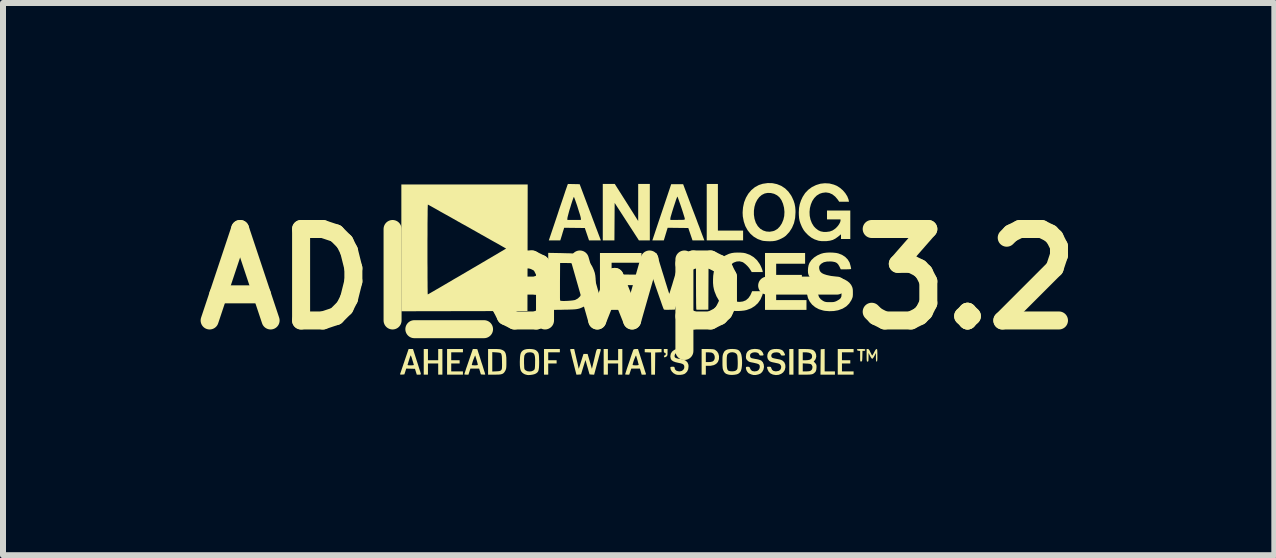
<source format=kicad_pcb>
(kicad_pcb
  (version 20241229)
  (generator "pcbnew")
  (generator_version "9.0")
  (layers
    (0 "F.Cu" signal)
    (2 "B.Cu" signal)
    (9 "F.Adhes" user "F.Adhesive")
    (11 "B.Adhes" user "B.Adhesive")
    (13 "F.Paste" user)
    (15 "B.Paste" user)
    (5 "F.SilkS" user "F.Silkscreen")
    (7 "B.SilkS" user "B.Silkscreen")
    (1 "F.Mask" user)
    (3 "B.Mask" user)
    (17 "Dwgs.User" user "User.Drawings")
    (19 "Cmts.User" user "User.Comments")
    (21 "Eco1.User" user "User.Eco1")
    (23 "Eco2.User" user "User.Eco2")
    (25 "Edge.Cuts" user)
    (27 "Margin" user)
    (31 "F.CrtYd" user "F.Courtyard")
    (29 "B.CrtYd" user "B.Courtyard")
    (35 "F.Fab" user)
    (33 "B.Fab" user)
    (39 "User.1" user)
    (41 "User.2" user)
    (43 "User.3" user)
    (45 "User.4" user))
  (footprint "ADI_awp-3.2"
    (layer "F.Cu")
    (at 7.591 1.6)
    (property "Reference" "ADI_awp-3.2" (at 0 0 0) (layer "F.SilkS") (effects (font (size 1.524 1.524) (thickness 0.3))))
    (attr board_only exclude_from_pos_files exclude_from_bom)
    (fp_poly (pts (xy 2.579 1.592) (xy 2.509 1.592) (xy 2.509 1.165) (xy 2.579 1.165)) (stroke (width 0) (type solid)) (fill yes) (layer "F.SilkS"))
    (fp_poly (pts (xy 1.32 -0.808) (xy 1.74 -0.808) (xy 1.74 -0.645) (xy 1.134 -0.645) (xy 1.134 -1.585) (xy 1.32 -1.585)) (stroke (width 0) (type solid)) (fill yes) (layer "F.SilkS"))
    (fp_poly (pts (xy 3.099 1.538) (xy 3.27 1.538) (xy 3.27 1.592) (xy 3.029 1.592) (xy 3.031 1.381) (xy 3.033 1.169) (xy 3.066 1.167) (xy 3.099 1.164)) (stroke (width 0) (type solid)) (fill yes) (layer "F.SilkS"))
    (fp_poly (pts (xy -1.313 1.22) (xy -1.507 1.22) (xy -1.507 1.352) (xy -1.367 1.352) (xy -1.367 1.406) (xy -1.507 1.406) (xy -1.507 1.592) (xy -1.577 1.592) (xy -1.577 1.165) (xy -1.313 1.165)) (stroke (width 0) (type solid)) (fill yes) (layer "F.SilkS"))
    (fp_poly (pts (xy -3.511 1.352) (xy -3.34 1.352) (xy -3.34 1.165) (xy -3.27 1.165) (xy -3.27 1.592) (xy -3.34 1.592) (xy -3.34 1.406) (xy -3.511 1.406) (xy -3.511 1.592) (xy -3.581 1.592) (xy -3.581 1.165) (xy -3.511 1.165)) (stroke (width 0) (type solid)) (fill yes) (layer "F.SilkS"))
    (fp_poly (pts (xy -2.928 1.22) (xy -3.123 1.22) (xy -3.123 1.352) (xy -2.983 1.352) (xy -2.983 1.406) (xy -3.123 1.406) (xy -3.123 1.538) (xy -2.928 1.538) (xy -2.928 1.592) (xy -3.192 1.592) (xy -3.192 1.165) (xy -2.928 1.165)) (stroke (width 0) (type solid)) (fill yes) (layer "F.SilkS"))
    (fp_poly (pts (xy -0.513 1.352) (xy -0.342 1.352) (xy -0.342 1.165) (xy -0.272 1.165) (xy -0.272 1.592) (xy -0.342 1.592) (xy -0.342 1.406) (xy -0.513 1.406) (xy -0.513 1.592) (xy -0.583 1.592) (xy -0.583 1.165) (xy -0.513 1.165)) (stroke (width 0) (type solid)) (fill yes) (layer "F.SilkS"))
    (fp_poly (pts (xy 0.381 1.219) (xy 0.328 1.221) (xy 0.276 1.223) (xy 0.274 1.408) (xy 0.272 1.592) (xy 0.21 1.592) (xy 0.208 1.408) (xy 0.206 1.223) (xy 0.153 1.221) (xy 0.101 1.219) (xy 0.101 1.165) (xy 0.381 1.165)) (stroke (width 0) (type solid)) (fill yes) (layer "F.SilkS"))
    (fp_poly (pts (xy 2.773 -0.256) (xy 2.291 -0.256) (xy 2.291 -0.07) (xy 2.719 -0.07) (xy 2.719 0.101) (xy 2.291 0.101) (xy 2.291 0.35) (xy 2.796 0.35) (xy 2.796 0.513) (xy 2.105 0.513) (xy 2.105 -0.435) (xy 2.773 -0.435)) (stroke (width 0) (type solid)) (fill yes) (layer "F.SilkS"))
    (fp_poly (pts (xy 3.581 1.22) (xy 3.387 1.22) (xy 3.387 1.352) (xy 3.526 1.352) (xy 3.526 1.406) (xy 3.387 1.406) (xy 3.387 1.538) (xy 3.581 1.538) (xy 3.581 1.592) (xy 3.317 1.592) (xy 3.317 1.165) (xy 3.581 1.165)) (stroke (width 0) (type solid)) (fill yes) (layer "F.SilkS"))
    (fp_poly (pts (xy -0.203 -1.277) (xy -0.008 -0.968) (xy -0.008 -1.585) (xy 0.186 -1.585) (xy 0.186 -0.645) (xy 0.095 -0.645) (xy 0.004 -0.645) (xy -0.198 -0.957) (xy -0.4 -1.269) (xy -0.404 -0.645) (xy -0.598 -0.645) (xy -0.598 -1.585) (xy -0.398 -1.585)) (stroke (width 0) (type solid)) (fill yes) (layer "F.SilkS"))
    (fp_poly (pts (xy 0.047 -0.272) (xy -0.451 -0.272) (xy -0.451 -0.078) (xy -0.012 -0.074) (xy -0.009 0.014) (xy -0.007 0.101) (xy -0.451 0.101) (xy -0.451 0.35) (xy 0.062 0.35) (xy 0.062 0.513) (xy -0.645 0.513) (xy -0.645 -0.435) (xy 0.047 -0.435)) (stroke (width 0) (type solid)) (fill yes) (layer "F.SilkS"))
    (fp_poly (pts (xy 1.163 0.041) (xy 1.161 0.509) (xy 1.064 0.511) (xy 1.026 0.511) (xy 0.995 0.511) (xy 0.972 0.51) (xy 0.961 0.508) (xy 0.961 0.508) (xy 0.96 0.499) (xy 0.959 0.476) (xy 0.958 0.441) (xy 0.957 0.394) (xy 0.957 0.337) (xy 0.956 0.271) (xy 0.956 0.198) (xy 0.955 0.119) (xy 0.955 0.038) (xy 0.955 -0.427) (xy 1.165 -0.427)) (stroke (width 0) (type solid)) (fill yes) (layer "F.SilkS"))
    (fp_poly (pts (xy 0.481 1.218) (xy 0.481 1.25) (xy 0.478 1.27) (xy 0.471 1.283) (xy 0.459 1.293) (xy 0.453 1.296) (xy 0.437 1.304) (xy 0.429 1.303) (xy 0.424 1.293) (xy 0.424 1.293) (xy 0.42 1.28) (xy 0.425 1.274) (xy 0.435 1.272) (xy 0.448 1.262) (xy 0.451 1.247) (xy 0.447 1.232) (xy 0.435 1.227) (xy 0.435 1.227) (xy 0.425 1.225) (xy 0.42 1.214) (xy 0.419 1.196) (xy 0.419 1.165) (xy 0.482 1.165)) (stroke (width 0) (type solid)) (fill yes) (layer "F.SilkS"))
    (fp_poly (pts (xy 3.738 1.165) (xy 3.759 1.167) (xy 3.77 1.169) (xy 3.774 1.174) (xy 3.775 1.181) (xy 3.771 1.192) (xy 3.758 1.196) (xy 3.752 1.196) (xy 3.729 1.196) (xy 3.727 1.284) (xy 3.726 1.321) (xy 3.724 1.347) (xy 3.722 1.362) (xy 3.718 1.369) (xy 3.712 1.373) (xy 3.707 1.373) (xy 3.7 1.374) (xy 3.695 1.371) (xy 3.692 1.363) (xy 3.69 1.346) (xy 3.69 1.318) (xy 3.69 1.287) (xy 3.69 1.197) (xy 3.664 1.195) (xy 3.644 1.189) (xy 3.637 1.179) (xy 3.637 1.172) (xy 3.643 1.168) (xy 3.657 1.166) (xy 3.682 1.165) (xy 3.705 1.165)) (stroke (width 0) (type solid)) (fill yes) (layer "F.SilkS"))
    (fp_poly (pts (xy 1.192 1.166) (xy 1.223 1.167) (xy 1.246 1.17) (xy 1.263 1.174) (xy 1.274 1.18) (xy 1.306 1.205) (xy 1.328 1.24) (xy 1.339 1.283) (xy 1.338 1.329) (xy 1.336 1.339) (xy 1.32 1.381) (xy 1.292 1.412) (xy 1.253 1.433) (xy 1.202 1.444) (xy 1.175 1.445) (xy 1.119 1.445) (xy 1.119 1.592) (xy 1.049 1.592) (xy 1.049 1.22) (xy 1.119 1.22) (xy 1.119 1.383) (xy 1.166 1.383) (xy 1.196 1.381) (xy 1.223 1.375) (xy 1.235 1.371) (xy 1.255 1.353) (xy 1.266 1.327) (xy 1.268 1.297) (xy 1.261 1.268) (xy 1.246 1.243) (xy 1.223 1.228) (xy 1.219 1.226) (xy 1.2 1.223) (xy 1.174 1.221) (xy 1.159 1.22) (xy 1.119 1.22) (xy 1.049 1.22) (xy 1.049 1.165) (xy 1.148 1.165)) (stroke (width 0) (type solid)) (fill yes) (layer "F.SilkS"))
    (fp_poly (pts (xy -2.363 1.165) (xy -2.331 1.167) (xy -2.308 1.169) (xy -2.29 1.174) (xy -2.274 1.18) (xy -2.27 1.182) (xy -2.247 1.195) (xy -2.23 1.212) (xy -2.218 1.235) (xy -2.21 1.266) (xy -2.205 1.307) (xy -2.204 1.361) (xy -2.204 1.38) (xy -2.204 1.424) (xy -2.205 1.457) (xy -2.207 1.48) (xy -2.21 1.498) (xy -2.216 1.513) (xy -2.222 1.527) (xy -2.236 1.55) (xy -2.251 1.567) (xy -2.27 1.579) (xy -2.295 1.587) (xy -2.33 1.591) (xy -2.377 1.592) (xy -2.402 1.592) (xy -2.509 1.592) (xy -2.509 1.217) (xy -2.439 1.217) (xy -2.439 1.54) (xy -2.372 1.537) (xy -2.339 1.535) (xy -2.318 1.532) (xy -2.304 1.527) (xy -2.294 1.52) (xy -2.29 1.515) (xy -2.284 1.507) (xy -2.28 1.497) (xy -2.278 1.482) (xy -2.277 1.461) (xy -2.276 1.43) (xy -2.277 1.387) (xy -2.277 1.374) (xy -2.278 1.323) (xy -2.28 1.285) (xy -2.285 1.259) (xy -2.292 1.241) (xy -2.304 1.231) (xy -2.323 1.226) (xy -2.349 1.223) (xy -2.372 1.221) (xy -2.439 1.217) (xy -2.509 1.217) (xy -2.509 1.165) (xy -2.407 1.165)) (stroke (width 0) (type solid)) (fill yes) (layer "F.SilkS"))
    (fp_poly (pts (xy 3.828 1.167) (xy 3.838 1.176) (xy 3.849 1.194) (xy 3.861 1.22) (xy 3.874 1.245) (xy 3.884 1.264) (xy 3.891 1.274) (xy 3.891 1.274) (xy 3.897 1.267) (xy 3.907 1.25) (xy 3.92 1.226) (xy 3.923 1.22) (xy 3.94 1.188) (xy 3.953 1.17) (xy 3.963 1.165) (xy 3.969 1.166) (xy 3.973 1.172) (xy 3.975 1.183) (xy 3.976 1.204) (xy 3.977 1.235) (xy 3.977 1.27) (xy 3.977 1.313) (xy 3.976 1.343) (xy 3.974 1.361) (xy 3.971 1.371) (xy 3.967 1.375) (xy 3.965 1.375) (xy 3.96 1.372) (xy 3.956 1.362) (xy 3.954 1.342) (xy 3.953 1.31) (xy 3.953 1.303) (xy 3.953 1.231) (xy 3.928 1.28) (xy 3.913 1.306) (xy 3.9 1.323) (xy 3.892 1.328) (xy 3.882 1.322) (xy 3.868 1.303) (xy 3.855 1.28) (xy 3.83 1.231) (xy 3.83 1.303) (xy 3.829 1.337) (xy 3.828 1.358) (xy 3.825 1.369) (xy 3.82 1.374) (xy 3.814 1.375) (xy 3.808 1.374) (xy 3.803 1.37) (xy 3.801 1.36) (xy 3.799 1.342) (xy 3.798 1.314) (xy 3.798 1.272) (xy 3.798 1.165) (xy 3.817 1.165)) (stroke (width 0) (type solid)) (fill yes) (layer "F.SilkS"))
    (fp_poly (pts (xy -3.701 1.35) (xy -3.684 1.402) (xy -3.669 1.45) (xy -3.656 1.492) (xy -3.645 1.525) (xy -3.637 1.548) (xy -3.635 1.557) (xy -3.629 1.578) (xy -3.631 1.588) (xy -3.644 1.592) (xy -3.662 1.592) (xy -3.697 1.592) (xy -3.712 1.544) (xy -3.727 1.495) (xy -3.8 1.493) (xy -3.873 1.491) (xy -3.888 1.54) (xy -3.904 1.588) (xy -3.942 1.591) (xy -3.965 1.591) (xy -3.975 1.588) (xy -3.975 1.583) (xy -3.972 1.573) (xy -3.964 1.551) (xy -3.953 1.518) (xy -3.939 1.476) (xy -3.922 1.427) (xy -3.922 1.425) (xy -3.85 1.425) (xy -3.85 1.432) (xy -3.842 1.435) (xy -3.823 1.437) (xy -3.798 1.437) (xy -3.768 1.436) (xy -3.751 1.434) (xy -3.746 1.429) (xy -3.746 1.427) (xy -3.75 1.416) (xy -3.756 1.394) (xy -3.765 1.364) (xy -3.772 1.342) (xy -3.781 1.311) (xy -3.79 1.287) (xy -3.796 1.274) (xy -3.799 1.272) (xy -3.804 1.282) (xy -3.811 1.302) (xy -3.82 1.331) (xy -3.825 1.346) (xy -3.835 1.377) (xy -3.843 1.404) (xy -3.849 1.422) (xy -3.85 1.425) (xy -3.922 1.425) (xy -3.904 1.374) (xy -3.903 1.369) (xy -3.833 1.165) (xy -3.76 1.165)) (stroke (width 0) (type solid)) (fill yes) (layer "F.SilkS"))
    (fp_poly (pts (xy -0.672 1.165) (xy -0.663 1.165) (xy -0.641 1.166) (xy -0.632 1.169) (xy -0.631 1.177) (xy -0.632 1.183) (xy -0.635 1.195) (xy -0.641 1.219) (xy -0.651 1.255) (xy -0.663 1.299) (xy -0.676 1.349) (xy -0.689 1.396) (xy -0.742 1.593) (xy -0.78 1.591) (xy -0.818 1.588) (xy -0.837 1.522) (xy -0.848 1.483) (xy -0.86 1.442) (xy -0.87 1.406) (xy -0.871 1.402) (xy -0.887 1.348) (xy -0.924 1.468) (xy -0.96 1.588) (xy -0.999 1.591) (xy -1.037 1.593) (xy -1.09 1.385) (xy -1.104 1.33) (xy -1.116 1.281) (xy -1.126 1.238) (xy -1.135 1.204) (xy -1.14 1.181) (xy -1.142 1.171) (xy -1.142 1.171) (xy -1.135 1.167) (xy -1.117 1.165) (xy -1.108 1.165) (xy -1.074 1.165) (xy -1.057 1.241) (xy -1.047 1.282) (xy -1.036 1.331) (xy -1.024 1.38) (xy -1.018 1.406) (xy -0.998 1.495) (xy -0.972 1.414) (xy -0.96 1.375) (xy -0.948 1.337) (xy -0.938 1.304) (xy -0.933 1.289) (xy -0.919 1.247) (xy -0.851 1.247) (xy -0.815 1.371) (xy -0.779 1.495) (xy -0.746 1.359) (xy -0.732 1.3) (xy -0.721 1.254) (xy -0.713 1.22) (xy -0.706 1.195) (xy -0.7 1.179) (xy -0.694 1.17) (xy -0.688 1.166) (xy -0.681 1.165)) (stroke (width 0) (type solid)) (fill yes) (layer "F.SilkS"))
    (fp_poly (pts (xy 0.054 1.369) (xy 0.071 1.423) (xy 0.087 1.472) (xy 0.1 1.515) (xy 0.111 1.549) (xy 0.119 1.572) (xy 0.122 1.582) (xy 0.122 1.583) (xy 0.12 1.589) (xy 0.104 1.592) (xy 0.088 1.592) (xy 0.05 1.592) (xy 0.036 1.542) (xy 0.021 1.491) (xy -0.123 1.491) (xy -0.14 1.542) (xy -0.157 1.592) (xy -0.191 1.592) (xy -0.212 1.591) (xy -0.224 1.588) (xy -0.225 1.586) (xy -0.223 1.578) (xy -0.216 1.557) (xy -0.206 1.526) (xy -0.194 1.487) (xy -0.179 1.443) (xy -0.174 1.427) (xy -0.101 1.427) (xy -0.096 1.433) (xy -0.078 1.436) (xy -0.05 1.437) (xy -0.019 1.436) (xy -0.003 1.432) (xy 0 1.428) (xy -0.002 1.417) (xy -0.008 1.396) (xy -0.015 1.368) (xy -0.024 1.337) (xy -0.033 1.308) (xy -0.04 1.284) (xy -0.044 1.274) (xy -0.048 1.277) (xy -0.055 1.291) (xy -0.064 1.313) (xy -0.075 1.34) (xy -0.085 1.368) (xy -0.093 1.395) (xy -0.099 1.416) (xy -0.101 1.427) (xy -0.174 1.427) (xy -0.163 1.396) (xy -0.147 1.349) (xy -0.132 1.302) (xy -0.118 1.26) (xy -0.105 1.224) (xy -0.096 1.197) (xy -0.09 1.181) (xy -0.089 1.179) (xy -0.081 1.17) (xy -0.064 1.166) (xy -0.047 1.165) (xy -0.011 1.165)) (stroke (width 0) (type solid)) (fill yes) (layer "F.SilkS"))
    (fp_poly (pts (xy -2.704 1.166) (xy -2.69 1.167) (xy -2.688 1.169) (xy -2.685 1.177) (xy -2.679 1.198) (xy -2.669 1.23) (xy -2.656 1.27) (xy -2.641 1.318) (xy -2.624 1.372) (xy -2.622 1.379) (xy -2.604 1.432) (xy -2.589 1.481) (xy -2.576 1.523) (xy -2.565 1.556) (xy -2.558 1.579) (xy -2.556 1.589) (xy -2.556 1.589) (xy -2.562 1.591) (xy -2.58 1.591) (xy -2.592 1.591) (xy -2.629 1.588) (xy -2.643 1.54) (xy -2.658 1.491) (xy -2.803 1.491) (xy -2.82 1.542) (xy -2.836 1.592) (xy -2.871 1.592) (xy -2.891 1.591) (xy -2.904 1.588) (xy -2.905 1.587) (xy -2.903 1.578) (xy -2.896 1.557) (xy -2.885 1.524) (xy -2.872 1.483) (xy -2.855 1.435) (xy -2.854 1.431) (xy -2.781 1.431) (xy -2.774 1.434) (xy -2.755 1.436) (xy -2.73 1.437) (xy -2.701 1.436) (xy -2.685 1.433) (xy -2.68 1.427) (xy -2.682 1.416) (xy -2.687 1.394) (xy -2.695 1.365) (xy -2.704 1.335) (xy -2.713 1.306) (xy -2.72 1.283) (xy -2.723 1.274) (xy -2.727 1.277) (xy -2.734 1.292) (xy -2.743 1.315) (xy -2.754 1.342) (xy -2.764 1.371) (xy -2.772 1.398) (xy -2.778 1.419) (xy -2.781 1.431) (xy -2.854 1.431) (xy -2.837 1.382) (xy -2.834 1.373) (xy -2.763 1.165) (xy -2.725 1.165)) (stroke (width 0) (type solid)) (fill yes) (layer "F.SilkS"))
    (fp_poly (pts (xy 0.902 -1.153) (xy 0.932 -1.075) (xy 0.961 -0.999) (xy 0.987 -0.928) (xy 1.012 -0.864) (xy 1.033 -0.807) (xy 1.051 -0.759) (xy 1.065 -0.722) (xy 1.075 -0.696) (xy 1.079 -0.685) (xy 1.095 -0.645) (xy 0.996 -0.645) (xy 0.897 -0.645) (xy 0.862 -0.748) (xy 0.827 -0.851) (xy 0.655 -0.853) (xy 0.483 -0.855) (xy 0.475 -0.829) (xy 0.469 -0.811) (xy 0.461 -0.783) (xy 0.45 -0.748) (xy 0.443 -0.724) (xy 0.419 -0.645) (xy 0.228 -0.645) (xy 0.342 -0.986) (xy 0.528 -0.986) (xy 0.649 -0.986) (xy 0.694 -0.987) (xy 0.726 -0.987) (xy 0.748 -0.988) (xy 0.76 -0.99) (xy 0.767 -0.994) (xy 0.769 -0.999) (xy 0.769 -1.004) (xy 0.767 -1.016) (xy 0.76 -1.039) (xy 0.75 -1.071) (xy 0.738 -1.11) (xy 0.724 -1.154) (xy 0.709 -1.199) (xy 0.694 -1.243) (xy 0.679 -1.285) (xy 0.666 -1.322) (xy 0.656 -1.35) (xy 0.648 -1.369) (xy 0.645 -1.375) (xy 0.641 -1.368) (xy 0.633 -1.348) (xy 0.622 -1.319) (xy 0.61 -1.282) (xy 0.596 -1.24) (xy 0.581 -1.195) (xy 0.567 -1.15) (xy 0.554 -1.108) (xy 0.543 -1.07) (xy 0.534 -1.04) (xy 0.529 -1.019) (xy 0.528 -1.012) (xy 0.528 -0.986) (xy 0.342 -0.986) (xy 0.385 -1.113) (xy 0.542 -1.581) (xy 0.741 -1.581)) (stroke (width 0) (type solid)) (fill yes) (layer "F.SilkS"))
    (fp_poly (pts (xy -1.081 -1.583) (xy -0.983 -1.581) (xy -0.822 -1.153) (xy -0.792 -1.075) (xy -0.764 -0.999) (xy -0.737 -0.928) (xy -0.713 -0.864) (xy -0.691 -0.807) (xy -0.673 -0.759) (xy -0.659 -0.722) (xy -0.649 -0.696) (xy -0.645 -0.685) (xy -0.63 -0.645) (xy -0.728 -0.645) (xy -0.827 -0.645) (xy -0.862 -0.748) (xy -0.897 -0.851) (xy -1.069 -0.853) (xy -1.242 -0.855) (xy -1.249 -0.829) (xy -1.255 -0.811) (xy -1.264 -0.783) (xy -1.274 -0.748) (xy -1.281 -0.724) (xy -1.306 -0.645) (xy -1.497 -0.645) (xy -1.382 -0.986) (xy -1.188 -0.986) (xy -0.963 -0.986) (xy -0.963 -1.013) (xy -0.966 -1.026) (xy -0.972 -1.052) (xy -0.982 -1.086) (xy -0.995 -1.126) (xy -1.009 -1.171) (xy -1.023 -1.216) (xy -1.038 -1.26) (xy -1.052 -1.3) (xy -1.064 -1.333) (xy -1.073 -1.357) (xy -1.079 -1.369) (xy -1.079 -1.369) (xy -1.083 -1.364) (xy -1.09 -1.346) (xy -1.1 -1.319) (xy -1.112 -1.283) (xy -1.125 -1.242) (xy -1.138 -1.198) (xy -1.152 -1.154) (xy -1.164 -1.111) (xy -1.174 -1.073) (xy -1.182 -1.042) (xy -1.187 -1.019) (xy -1.188 -1.01) (xy -1.188 -0.986) (xy -1.382 -0.986) (xy -1.35 -1.082) (xy -1.324 -1.162) (xy -1.298 -1.238) (xy -1.274 -1.309) (xy -1.252 -1.374) (xy -1.233 -1.431) (xy -1.217 -1.479) (xy -1.204 -1.516) (xy -1.195 -1.541) (xy -1.192 -1.552) (xy -1.179 -1.585)) (stroke (width 0) (type solid)) (fill yes) (layer "F.SilkS"))
    (fp_poly (pts (xy 2.767 1.165) (xy 2.819 1.166) (xy 2.859 1.169) (xy 2.888 1.175) (xy 2.911 1.186) (xy 2.928 1.201) (xy 2.942 1.219) (xy 2.956 1.254) (xy 2.959 1.293) (xy 2.949 1.33) (xy 2.943 1.341) (xy 2.931 1.358) (xy 2.92 1.367) (xy 2.918 1.367) (xy 2.918 1.372) (xy 2.927 1.384) (xy 2.937 1.395) (xy 2.951 1.411) (xy 2.959 1.426) (xy 2.963 1.445) (xy 2.963 1.472) (xy 2.959 1.513) (xy 2.947 1.544) (xy 2.923 1.568) (xy 2.905 1.579) (xy 2.89 1.585) (xy 2.872 1.588) (xy 2.846 1.591) (xy 2.811 1.592) (xy 2.771 1.592) (xy 2.664 1.592) (xy 2.664 1.404) (xy 2.734 1.404) (xy 2.734 1.538) (xy 2.788 1.538) (xy 2.819 1.537) (xy 2.845 1.534) (xy 2.861 1.529) (xy 2.883 1.512) (xy 2.894 1.486) (xy 2.896 1.458) (xy 2.885 1.432) (xy 2.883 1.429) (xy 2.874 1.42) (xy 2.862 1.414) (xy 2.842 1.411) (xy 2.812 1.408) (xy 2.801 1.408) (xy 2.734 1.404) (xy 2.664 1.404) (xy 2.664 1.22) (xy 2.734 1.22) (xy 2.734 1.352) (xy 2.785 1.352) (xy 2.818 1.35) (xy 2.846 1.345) (xy 2.858 1.34) (xy 2.878 1.325) (xy 2.888 1.305) (xy 2.89 1.283) (xy 2.884 1.257) (xy 2.866 1.238) (xy 2.835 1.226) (xy 2.791 1.22) (xy 2.771 1.22) (xy 2.734 1.22) (xy 2.664 1.22) (xy 2.664 1.165)) (stroke (width 0) (type solid)) (fill yes) (layer "F.SilkS"))
    (fp_poly (pts (xy 0.242 -0.435) (xy 0.269 -0.434) (xy 0.286 -0.431) (xy 0.296 -0.428) (xy 0.301 -0.422) (xy 0.301 -0.421) (xy 0.305 -0.411) (xy 0.312 -0.388) (xy 0.324 -0.353) (xy 0.338 -0.308) (xy 0.354 -0.254) (xy 0.373 -0.193) (xy 0.393 -0.127) (xy 0.408 -0.08) (xy 0.429 -0.012) (xy 0.448 0.051) (xy 0.466 0.108) (xy 0.481 0.157) (xy 0.494 0.197) (xy 0.503 0.226) (xy 0.509 0.242) (xy 0.51 0.246) (xy 0.513 0.238) (xy 0.52 0.217) (xy 0.53 0.184) (xy 0.543 0.142) (xy 0.559 0.092) (xy 0.576 0.034) (xy 0.595 -0.028) (xy 0.595 -0.028) (xy 0.614 -0.093) (xy 0.634 -0.156) (xy 0.651 -0.216) (xy 0.667 -0.268) (xy 0.681 -0.312) (xy 0.691 -0.345) (xy 0.696 -0.363) (xy 0.716 -0.427) (xy 0.901 -0.427) (xy 0.901 -0.398) (xy 0.898 -0.385) (xy 0.891 -0.358) (xy 0.879 -0.319) (xy 0.863 -0.269) (xy 0.844 -0.209) (xy 0.821 -0.14) (xy 0.796 -0.063) (xy 0.768 0.021) (xy 0.751 0.07) (xy 0.601 0.509) (xy 0.511 0.511) (xy 0.472 0.512) (xy 0.446 0.511) (xy 0.43 0.51) (xy 0.421 0.506) (xy 0.417 0.501) (xy 0.416 0.499) (xy 0.403 0.466) (xy 0.387 0.422) (xy 0.369 0.369) (xy 0.348 0.31) (xy 0.325 0.244) (xy 0.301 0.175) (xy 0.276 0.103) (xy 0.252 0.031) (xy 0.227 -0.041) (xy 0.204 -0.111) (xy 0.182 -0.177) (xy 0.162 -0.238) (xy 0.144 -0.291) (xy 0.129 -0.337) (xy 0.118 -0.372) (xy 0.111 -0.396) (xy 0.109 -0.406) (xy 0.109 -0.435) (xy 0.202 -0.435)) (stroke (width 0) (type solid)) (fill yes) (layer "F.SilkS"))
    (fp_poly (pts (xy 1.607 1.167) (xy 1.642 1.174) (xy 1.669 1.188) (xy 1.689 1.211) (xy 1.699 1.228) (xy 1.711 1.26) (xy 1.718 1.302) (xy 1.722 1.35) (xy 1.723 1.4) (xy 1.72 1.449) (xy 1.714 1.492) (xy 1.704 1.527) (xy 1.694 1.546) (xy 1.677 1.564) (xy 1.657 1.579) (xy 1.631 1.588) (xy 1.595 1.594) (xy 1.555 1.597) (xy 1.517 1.595) (xy 1.49 1.59) (xy 1.458 1.579) (xy 1.437 1.564) (xy 1.42 1.542) (xy 1.411 1.522) (xy 1.405 1.506) (xy 1.4 1.487) (xy 1.398 1.463) (xy 1.396 1.432) (xy 1.396 1.388) (xy 1.396 1.379) (xy 1.396 1.377) (xy 1.467 1.377) (xy 1.468 1.428) (xy 1.47 1.466) (xy 1.475 1.493) (xy 1.482 1.512) (xy 1.493 1.524) (xy 1.502 1.529) (xy 1.527 1.535) (xy 1.559 1.537) (xy 1.592 1.534) (xy 1.616 1.526) (xy 1.635 1.511) (xy 1.645 1.493) (xy 1.648 1.472) (xy 1.65 1.44) (xy 1.651 1.402) (xy 1.65 1.361) (xy 1.648 1.322) (xy 1.646 1.289) (xy 1.642 1.266) (xy 1.64 1.261) (xy 1.623 1.239) (xy 1.597 1.225) (xy 1.566 1.219) (xy 1.533 1.221) (xy 1.504 1.232) (xy 1.481 1.251) (xy 1.48 1.254) (xy 1.474 1.265) (xy 1.471 1.282) (xy 1.468 1.307) (xy 1.467 1.343) (xy 1.467 1.377) (xy 1.396 1.377) (xy 1.396 1.333) (xy 1.397 1.3) (xy 1.4 1.275) (xy 1.404 1.256) (xy 1.41 1.239) (xy 1.412 1.234) (xy 1.429 1.204) (xy 1.453 1.184) (xy 1.485 1.171) (xy 1.528 1.165) (xy 1.559 1.164)) (stroke (width 0) (type solid)) (fill yes) (layer "F.SilkS"))
    (fp_poly (pts (xy 0.731 1.168) (xy 0.77 1.18) (xy 0.798 1.201) (xy 0.815 1.232) (xy 0.821 1.251) (xy 0.823 1.265) (xy 0.819 1.272) (xy 0.804 1.274) (xy 0.793 1.274) (xy 0.771 1.272) (xy 0.76 1.266) (xy 0.753 1.254) (xy 0.738 1.234) (xy 0.71 1.223) (xy 0.672 1.221) (xy 0.666 1.222) (xy 0.631 1.229) (xy 0.608 1.245) (xy 0.599 1.27) (xy 0.598 1.279) (xy 0.6 1.299) (xy 0.611 1.31) (xy 0.623 1.316) (xy 0.645 1.323) (xy 0.675 1.329) (xy 0.695 1.331) (xy 0.748 1.342) (xy 0.788 1.362) (xy 0.815 1.391) (xy 0.829 1.427) (xy 0.831 1.453) (xy 0.825 1.502) (xy 0.807 1.541) (xy 0.776 1.572) (xy 0.759 1.582) (xy 0.73 1.591) (xy 0.692 1.596) (xy 0.653 1.596) (xy 0.621 1.59) (xy 0.619 1.589) (xy 0.582 1.569) (xy 0.553 1.541) (xy 0.534 1.508) (xy 0.528 1.476) (xy 0.53 1.466) (xy 0.54 1.462) (xy 0.56 1.46) (xy 0.563 1.46) (xy 0.585 1.461) (xy 0.595 1.466) (xy 0.598 1.475) (xy 0.598 1.475) (xy 0.605 1.503) (xy 0.624 1.524) (xy 0.655 1.535) (xy 0.684 1.538) (xy 0.716 1.531) (xy 0.742 1.513) (xy 0.758 1.487) (xy 0.761 1.465) (xy 0.758 1.442) (xy 0.749 1.426) (xy 0.729 1.413) (xy 0.699 1.403) (xy 0.665 1.396) (xy 0.613 1.384) (xy 0.576 1.37) (xy 0.55 1.352) (xy 0.535 1.328) (xy 0.529 1.297) (xy 0.528 1.285) (xy 0.535 1.244) (xy 0.556 1.209) (xy 0.589 1.182) (xy 0.589 1.182) (xy 0.611 1.172) (xy 0.635 1.166) (xy 0.667 1.164) (xy 0.679 1.164)) (stroke (width 0) (type solid)) (fill yes) (layer "F.SilkS"))
    (fp_poly (pts (xy 2.23 -1.598) (xy 2.305 -1.582) (xy 2.376 -1.553) (xy 2.44 -1.511) (xy 2.495 -1.457) (xy 2.541 -1.392) (xy 2.555 -1.366) (xy 2.581 -1.308) (xy 2.598 -1.255) (xy 2.608 -1.202) (xy 2.613 -1.142) (xy 2.613 -1.111) (xy 2.607 -1.017) (xy 2.588 -0.932) (xy 2.555 -0.854) (xy 2.51 -0.784) (xy 2.452 -0.722) (xy 2.425 -0.702) (xy 2.389 -0.681) (xy 2.347 -0.661) (xy 2.307 -0.646) (xy 2.277 -0.638) (xy 2.235 -0.632) (xy 2.184 -0.63) (xy 2.131 -0.632) (xy 2.082 -0.636) (xy 2.056 -0.641) (xy 1.984 -0.667) (xy 1.919 -0.705) (xy 1.863 -0.754) (xy 1.815 -0.814) (xy 1.777 -0.883) (xy 1.751 -0.96) (xy 1.735 -1.044) (xy 1.732 -1.107) (xy 1.734 -1.139) (xy 1.92 -1.139) (xy 1.92 -1.072) (xy 1.93 -1.005) (xy 1.951 -0.94) (xy 1.953 -0.936) (xy 1.985 -0.882) (xy 2.025 -0.84) (xy 2.073 -0.81) (xy 2.126 -0.793) (xy 2.183 -0.789) (xy 2.241 -0.799) (xy 2.268 -0.809) (xy 2.314 -0.837) (xy 2.353 -0.878) (xy 2.386 -0.929) (xy 2.411 -0.99) (xy 2.425 -1.05) (xy 2.429 -1.119) (xy 2.422 -1.189) (xy 2.405 -1.255) (xy 2.379 -1.315) (xy 2.346 -1.362) (xy 2.306 -1.396) (xy 2.257 -1.421) (xy 2.203 -1.434) (xy 2.148 -1.436) (xy 2.099 -1.426) (xy 2.051 -1.402) (xy 2.009 -1.366) (xy 1.974 -1.319) (xy 1.947 -1.265) (xy 1.929 -1.204) (xy 1.92 -1.139) (xy 1.734 -1.139) (xy 1.739 -1.196) (xy 1.757 -1.279) (xy 1.787 -1.355) (xy 1.827 -1.423) (xy 1.877 -1.482) (xy 1.936 -1.531) (xy 2.002 -1.567) (xy 2.067 -1.588) (xy 2.15 -1.6)) (stroke (width 0) (type solid)) (fill yes) (layer "F.SilkS"))
    (fp_poly (pts (xy -1.851 -0.522) (xy -1.853 0.532) (xy -3.954 0.536) (xy -3.954 -0.494) (xy -3.519 -0.494) (xy -3.519 -0.387) (xy -3.519 -0.285) (xy -3.518 -0.189) (xy -3.518 -0.099) (xy -3.518 -0.017) (xy -3.517 0.056) (xy -3.517 0.12) (xy -3.516 0.173) (xy -3.516 0.213) (xy -3.515 0.241) (xy -3.514 0.255) (xy -3.514 0.256) (xy -3.507 0.252) (xy -3.487 0.241) (xy -3.456 0.223) (xy -3.414 0.199) (xy -3.363 0.169) (xy -3.302 0.134) (xy -3.234 0.094) (xy -3.159 0.05) (xy -3.078 0.002) (xy -2.991 -0.048) (xy -2.901 -0.101) (xy -2.86 -0.125) (xy -2.768 -0.179) (xy -2.679 -0.231) (xy -2.596 -0.28) (xy -2.518 -0.326) (xy -2.447 -0.368) (xy -2.383 -0.405) (xy -2.328 -0.438) (xy -2.282 -0.465) (xy -2.247 -0.486) (xy -2.222 -0.5) (xy -2.21 -0.507) (xy -2.208 -0.508) (xy -2.215 -0.512) (xy -2.234 -0.523) (xy -2.264 -0.54) (xy -2.304 -0.563) (xy -2.353 -0.591) (xy -2.411 -0.623) (xy -2.475 -0.659) (xy -2.544 -0.698) (xy -2.619 -0.74) (xy -2.696 -0.784) (xy -2.776 -0.829) (xy -2.857 -0.875) (xy -2.939 -0.92) (xy -3.019 -0.965) (xy -3.096 -1.009) (xy -3.171 -1.051) (xy -3.241 -1.09) (xy -3.306 -1.126) (xy -3.363 -1.159) (xy -3.413 -1.187) (xy -3.454 -1.21) (xy -3.485 -1.227) (xy -3.505 -1.238) (xy -3.512 -1.242) (xy -3.513 -1.234) (xy -3.514 -1.213) (xy -3.515 -1.177) (xy -3.516 -1.13) (xy -3.516 -1.07) (xy -3.517 -1.001) (xy -3.518 -0.921) (xy -3.518 -0.834) (xy -3.518 -0.738) (xy -3.519 -0.637) (xy -3.519 -0.53) (xy -3.519 -0.494) (xy -3.954 -0.494) (xy -3.954 -1.577) (xy -1.849 -1.577)) (stroke (width 0) (type solid)) (fill yes) (layer "F.SilkS"))
    (fp_poly (pts (xy -1.287 -0.433) (xy -1.216 -0.431) (xy -1.159 -0.43) (xy -1.114 -0.428) (xy -1.079 -0.425) (xy -1.052 -0.422) (xy -1.033 -0.419) (xy -1.026 -0.417) (xy -0.951 -0.387) (xy -0.885 -0.345) (xy -0.829 -0.291) (xy -0.783 -0.226) (xy -0.769 -0.2) (xy -0.747 -0.15) (xy -0.731 -0.103) (xy -0.722 -0.057) (xy -0.717 -0.006) (xy -0.716 0.055) (xy -0.717 0.082) (xy -0.719 0.129) (xy -0.721 0.165) (xy -0.725 0.193) (xy -0.731 0.218) (xy -0.739 0.242) (xy -0.773 0.317) (xy -0.815 0.378) (xy -0.865 0.427) (xy -0.918 0.461) (xy -0.944 0.473) (xy -0.967 0.483) (xy -0.99 0.491) (xy -1.016 0.497) (xy -1.045 0.502) (xy -1.081 0.505) (xy -1.126 0.507) (xy -1.181 0.509) (xy -1.248 0.51) (xy -1.276 0.511) (xy -1.507 0.514) (xy -1.507 0.17) (xy -1.311 0.17) (xy -1.311 0.227) (xy -1.311 0.275) (xy -1.311 0.314) (xy -1.31 0.341) (xy -1.309 0.355) (xy -1.309 0.356) (xy -1.3 0.361) (xy -1.278 0.364) (xy -1.247 0.365) (xy -1.211 0.364) (xy -1.171 0.362) (xy -1.133 0.359) (xy -1.097 0.355) (xy -1.068 0.35) (xy -1.055 0.346) (xy -1.013 0.323) (xy -0.976 0.287) (xy -0.948 0.242) (xy -0.933 0.205) (xy -0.916 0.119) (xy -0.913 0.035) (xy -0.92 -0.022) (xy -0.938 -0.095) (xy -0.966 -0.156) (xy -1.003 -0.203) (xy -1.049 -0.239) (xy -1.062 -0.246) (xy -1.081 -0.255) (xy -1.098 -0.261) (xy -1.117 -0.264) (xy -1.141 -0.267) (xy -1.175 -0.267) (xy -1.207 -0.268) (xy -1.309 -0.268) (xy -1.311 0.039) (xy -1.311 0.107) (xy -1.311 0.17) (xy -1.507 0.17) (xy -1.507 -0.437)) (stroke (width 0) (type solid)) (fill yes) (layer "F.SilkS"))
    (fp_poly (pts (xy -1.778 1.166) (xy -1.74 1.173) (xy -1.712 1.185) (xy -1.709 1.187) (xy -1.692 1.202) (xy -1.678 1.218) (xy -1.669 1.237) (xy -1.663 1.263) (xy -1.66 1.298) (xy -1.659 1.344) (xy -1.658 1.379) (xy -1.659 1.435) (xy -1.661 1.478) (xy -1.666 1.51) (xy -1.673 1.534) (xy -1.685 1.552) (xy -1.701 1.566) (xy -1.717 1.576) (xy -1.739 1.585) (xy -1.768 1.592) (xy -1.801 1.597) (xy -1.832 1.599) (xy -1.855 1.598) (xy -1.86 1.597) (xy -1.873 1.593) (xy -1.889 1.589) (xy -1.908 1.581) (xy -1.931 1.566) (xy -1.937 1.561) (xy -1.954 1.542) (xy -1.967 1.517) (xy -1.975 1.484) (xy -1.979 1.441) (xy -1.98 1.387) (xy -1.98 1.375) (xy -1.91 1.375) (xy -1.91 1.401) (xy -1.908 1.442) (xy -1.907 1.471) (xy -1.905 1.489) (xy -1.901 1.502) (xy -1.895 1.51) (xy -1.886 1.519) (xy -1.885 1.519) (xy -1.858 1.534) (xy -1.824 1.539) (xy -1.789 1.537) (xy -1.758 1.525) (xy -1.75 1.519) (xy -1.741 1.511) (xy -1.735 1.503) (xy -1.731 1.491) (xy -1.729 1.474) (xy -1.727 1.447) (xy -1.726 1.409) (xy -1.726 1.396) (xy -1.725 1.339) (xy -1.728 1.295) (xy -1.735 1.263) (xy -1.747 1.241) (xy -1.766 1.228) (xy -1.791 1.221) (xy -1.819 1.22) (xy -1.857 1.225) (xy -1.885 1.242) (xy -1.902 1.269) (xy -1.904 1.273) (xy -1.907 1.295) (xy -1.91 1.33) (xy -1.91 1.375) (xy -1.98 1.375) (xy -1.979 1.352) (xy -1.977 1.301) (xy -1.972 1.263) (xy -1.964 1.234) (xy -1.953 1.213) (xy -1.936 1.195) (xy -1.926 1.187) (xy -1.899 1.174) (xy -1.862 1.166) (xy -1.82 1.164)) (stroke (width 0) (type solid)) (fill yes) (layer "F.SilkS"))
    (fp_poly (pts (xy 3.178 -1.593) (xy 3.252 -1.574) (xy 3.301 -1.554) (xy 3.353 -1.521) (xy 3.402 -1.479) (xy 3.443 -1.431) (xy 3.476 -1.379) (xy 3.496 -1.328) (xy 3.499 -1.315) (xy 3.504 -1.289) (xy 3.341 -1.289) (xy 3.318 -1.323) (xy 3.275 -1.374) (xy 3.227 -1.412) (xy 3.175 -1.435) (xy 3.119 -1.444) (xy 3.062 -1.437) (xy 3.016 -1.422) (xy 2.967 -1.392) (xy 2.926 -1.351) (xy 2.893 -1.301) (xy 2.869 -1.244) (xy 2.853 -1.182) (xy 2.847 -1.118) (xy 2.85 -1.053) (xy 2.863 -0.991) (xy 2.886 -0.932) (xy 2.918 -0.88) (xy 2.949 -0.847) (xy 2.99 -0.815) (xy 3.033 -0.795) (xy 3.081 -0.786) (xy 3.129 -0.786) (xy 3.184 -0.793) (xy 3.23 -0.81) (xy 3.273 -0.839) (xy 3.289 -0.853) (xy 3.317 -0.883) (xy 3.34 -0.915) (xy 3.356 -0.946) (xy 3.363 -0.97) (xy 3.363 -0.972) (xy 3.363 -0.994) (xy 3.138 -0.994) (xy 3.138 -1.142) (xy 3.526 -1.142) (xy 3.526 -0.668) (xy 3.371 -0.668) (xy 3.371 -0.746) (xy 3.323 -0.707) (xy 3.278 -0.675) (xy 3.235 -0.653) (xy 3.188 -0.64) (xy 3.133 -0.633) (xy 3.111 -0.632) (xy 3.051 -0.632) (xy 3.004 -0.638) (xy 2.991 -0.641) (xy 2.93 -0.662) (xy 2.878 -0.69) (xy 2.828 -0.729) (xy 2.806 -0.75) (xy 2.774 -0.784) (xy 2.75 -0.815) (xy 2.73 -0.85) (xy 2.719 -0.871) (xy 2.697 -0.923) (xy 2.682 -0.968) (xy 2.673 -1.014) (xy 2.669 -1.065) (xy 2.668 -1.111) (xy 2.672 -1.184) (xy 2.684 -1.248) (xy 2.705 -1.311) (xy 2.732 -1.369) (xy 2.774 -1.434) (xy 2.827 -1.489) (xy 2.888 -1.534) (xy 2.956 -1.567) (xy 3.028 -1.589) (xy 3.102 -1.597)) (stroke (width 0) (type solid)) (fill yes) (layer "F.SilkS"))
    (fp_poly (pts (xy 2.339 1.167) (xy 2.373 1.176) (xy 2.397 1.189) (xy 2.398 1.189) (xy 2.414 1.209) (xy 2.428 1.233) (xy 2.437 1.256) (xy 2.439 1.266) (xy 2.432 1.271) (xy 2.415 1.274) (xy 2.405 1.274) (xy 2.383 1.273) (xy 2.372 1.268) (xy 2.366 1.256) (xy 2.366 1.256) (xy 2.354 1.237) (xy 2.331 1.225) (xy 2.301 1.22) (xy 2.266 1.223) (xy 2.245 1.228) (xy 2.223 1.242) (xy 2.211 1.262) (xy 2.209 1.284) (xy 2.218 1.304) (xy 2.23 1.313) (xy 2.245 1.318) (xy 2.27 1.324) (xy 2.301 1.33) (xy 2.312 1.332) (xy 2.353 1.34) (xy 2.383 1.351) (xy 2.404 1.363) (xy 2.429 1.391) (xy 2.443 1.428) (xy 2.445 1.469) (xy 2.435 1.511) (xy 2.432 1.519) (xy 2.408 1.554) (xy 2.374 1.579) (xy 2.332 1.595) (xy 2.285 1.599) (xy 2.237 1.591) (xy 2.197 1.573) (xy 2.168 1.545) (xy 2.148 1.506) (xy 2.141 1.482) (xy 2.139 1.468) (xy 2.143 1.462) (xy 2.157 1.46) (xy 2.17 1.46) (xy 2.192 1.461) (xy 2.203 1.466) (xy 2.208 1.477) (xy 2.21 1.484) (xy 2.223 1.512) (xy 2.247 1.53) (xy 2.281 1.537) (xy 2.298 1.536) (xy 2.334 1.529) (xy 2.358 1.513) (xy 2.371 1.488) (xy 2.374 1.475) (xy 2.374 1.45) (xy 2.362 1.428) (xy 2.352 1.418) (xy 2.338 1.41) (xy 2.317 1.404) (xy 2.285 1.397) (xy 2.271 1.394) (xy 2.232 1.386) (xy 2.204 1.378) (xy 2.185 1.369) (xy 2.174 1.36) (xy 2.152 1.332) (xy 2.143 1.297) (xy 2.145 1.26) (xy 2.157 1.225) (xy 2.18 1.195) (xy 2.194 1.184) (xy 2.222 1.172) (xy 2.259 1.165) (xy 2.299 1.164)) (stroke (width 0) (type solid)) (fill yes) (layer "F.SilkS"))
    (fp_poly (pts (xy 1.699 -0.441) (xy 1.748 -0.437) (xy 1.782 -0.43) (xy 1.853 -0.404) (xy 1.917 -0.365) (xy 1.972 -0.314) (xy 2.016 -0.252) (xy 2.031 -0.224) (xy 2.045 -0.193) (xy 2.056 -0.165) (xy 2.063 -0.144) (xy 2.063 -0.142) (xy 2.068 -0.117) (xy 1.884 -0.117) (xy 1.86 -0.156) (xy 1.838 -0.188) (xy 1.809 -0.221) (xy 1.777 -0.251) (xy 1.747 -0.274) (xy 1.729 -0.284) (xy 1.681 -0.296) (xy 1.633 -0.293) (xy 1.585 -0.276) (xy 1.541 -0.245) (xy 1.539 -0.244) (xy 1.497 -0.196) (xy 1.466 -0.137) (xy 1.446 -0.068) (xy 1.438 0.012) (xy 1.437 0.037) (xy 1.442 0.114) (xy 1.457 0.183) (xy 1.481 0.244) (xy 1.514 0.295) (xy 1.553 0.335) (xy 1.599 0.363) (xy 1.651 0.378) (xy 1.682 0.38) (xy 1.737 0.373) (xy 1.786 0.353) (xy 1.827 0.318) (xy 1.86 0.271) (xy 1.873 0.243) (xy 1.89 0.202) (xy 1.982 0.202) (xy 2.023 0.202) (xy 2.05 0.203) (xy 2.066 0.207) (xy 2.072 0.216) (xy 2.071 0.232) (xy 2.064 0.256) (xy 2.059 0.271) (xy 2.03 0.339) (xy 1.989 0.398) (xy 1.936 0.448) (xy 1.874 0.487) (xy 1.802 0.514) (xy 1.796 0.516) (xy 1.757 0.524) (xy 1.711 0.529) (xy 1.664 0.532) (xy 1.62 0.532) (xy 1.584 0.529) (xy 1.578 0.528) (xy 1.509 0.506) (xy 1.446 0.47) (xy 1.389 0.421) (xy 1.339 0.36) (xy 1.297 0.288) (xy 1.264 0.206) (xy 1.254 0.171) (xy 1.244 0.122) (xy 1.239 0.065) (xy 1.239 0.004) (xy 1.242 -0.056) (xy 1.25 -0.11) (xy 1.257 -0.14) (xy 1.289 -0.22) (xy 1.33 -0.289) (xy 1.38 -0.346) (xy 1.438 -0.39) (xy 1.505 -0.421) (xy 1.552 -0.434) (xy 1.595 -0.44) (xy 1.646 -0.442)) (stroke (width 0) (type solid)) (fill yes) (layer "F.SilkS"))
    (fp_poly (pts (xy 1.975 1.166) (xy 2.016 1.175) (xy 2.046 1.195) (xy 2.068 1.225) (xy 2.071 1.233) (xy 2.08 1.256) (xy 2.079 1.268) (xy 2.067 1.273) (xy 2.048 1.274) (xy 2.026 1.273) (xy 2.014 1.268) (xy 2.009 1.256) (xy 2.009 1.256) (xy 1.997 1.237) (xy 1.975 1.225) (xy 1.947 1.22) (xy 1.918 1.221) (xy 1.89 1.228) (xy 1.868 1.242) (xy 1.858 1.257) (xy 1.855 1.283) (xy 1.863 1.304) (xy 1.877 1.316) (xy 1.891 1.32) (xy 1.916 1.325) (xy 1.947 1.331) (xy 1.957 1.332) (xy 1.991 1.339) (xy 2.02 1.348) (xy 2.04 1.356) (xy 2.043 1.358) (xy 2.069 1.386) (xy 2.084 1.423) (xy 2.088 1.464) (xy 2.08 1.506) (xy 2.077 1.513) (xy 2.057 1.549) (xy 2.029 1.574) (xy 1.993 1.589) (xy 1.95 1.598) (xy 1.912 1.598) (xy 1.878 1.589) (xy 1.854 1.579) (xy 1.832 1.568) (xy 1.83 1.567) (xy 1.812 1.547) (xy 1.796 1.52) (xy 1.787 1.49) (xy 1.787 1.48) (xy 1.788 1.467) (xy 1.796 1.462) (xy 1.814 1.46) (xy 1.817 1.46) (xy 1.837 1.462) (xy 1.848 1.469) (xy 1.856 1.485) (xy 1.856 1.487) (xy 1.871 1.515) (xy 1.894 1.532) (xy 1.928 1.538) (xy 1.935 1.538) (xy 1.972 1.532) (xy 1.998 1.515) (xy 2.014 1.487) (xy 2.017 1.471) (xy 2.018 1.448) (xy 2.012 1.431) (xy 1.998 1.418) (xy 1.973 1.408) (xy 1.936 1.399) (xy 1.914 1.394) (xy 1.877 1.387) (xy 1.852 1.381) (xy 1.834 1.373) (xy 1.82 1.363) (xy 1.812 1.355) (xy 1.796 1.337) (xy 1.789 1.32) (xy 1.787 1.296) (xy 1.787 1.29) (xy 1.793 1.245) (xy 1.811 1.21) (xy 1.841 1.184) (xy 1.882 1.169) (xy 1.934 1.163)) (stroke (width 0) (type solid)) (fill yes) (layer "F.SilkS"))
    (fp_poly (pts (xy 3.237 -0.441) (xy 3.288 -0.436) (xy 3.326 -0.428) (xy 3.388 -0.404) (xy 3.441 -0.37) (xy 3.483 -0.327) (xy 3.514 -0.276) (xy 3.53 -0.221) (xy 3.535 -0.198) (xy 3.539 -0.179) (xy 3.539 -0.177) (xy 3.54 -0.171) (xy 3.535 -0.167) (xy 3.523 -0.165) (xy 3.502 -0.164) (xy 3.468 -0.163) (xy 3.455 -0.163) (xy 3.367 -0.163) (xy 3.344 -0.212) (xy 3.324 -0.245) (xy 3.302 -0.268) (xy 3.272 -0.283) (xy 3.233 -0.291) (xy 3.199 -0.294) (xy 3.136 -0.292) (xy 3.085 -0.281) (xy 3.046 -0.259) (xy 3.029 -0.243) (xy 3.014 -0.224) (xy 3.008 -0.208) (xy 3.007 -0.187) (xy 3.008 -0.176) (xy 3.015 -0.146) (xy 3.029 -0.121) (xy 3.052 -0.1) (xy 3.086 -0.083) (xy 3.132 -0.068) (xy 3.192 -0.055) (xy 3.219 -0.05) (xy 3.303 -0.034) (xy 3.373 -0.015) (xy 3.43 0.006) (xy 3.475 0.032) (xy 3.511 0.061) (xy 3.539 0.095) (xy 3.548 0.112) (xy 3.558 0.133) (xy 3.564 0.153) (xy 3.568 0.177) (xy 3.569 0.209) (xy 3.569 0.225) (xy 3.569 0.262) (xy 3.567 0.288) (xy 3.562 0.309) (xy 3.553 0.331) (xy 3.544 0.351) (xy 3.507 0.408) (xy 3.459 0.455) (xy 3.399 0.492) (xy 3.328 0.518) (xy 3.321 0.52) (xy 3.252 0.532) (xy 3.177 0.535) (xy 3.103 0.529) (xy 3.073 0.523) (xy 3.003 0.502) (xy 2.942 0.469) (xy 2.89 0.426) (xy 2.85 0.375) (xy 2.821 0.317) (xy 2.808 0.262) (xy 2.802 0.225) (xy 2.894 0.227) (xy 2.986 0.229) (xy 2.991 0.257) (xy 3.005 0.3) (xy 3.034 0.336) (xy 3.07 0.362) (xy 3.091 0.373) (xy 3.11 0.379) (xy 3.131 0.383) (xy 3.159 0.384) (xy 3.185 0.384) (xy 3.221 0.384) (xy 3.247 0.382) (xy 3.268 0.377) (xy 3.29 0.369) (xy 3.305 0.361) (xy 3.341 0.34) (xy 3.365 0.318) (xy 3.377 0.292) (xy 3.38 0.262) (xy 3.377 0.231) (xy 3.368 0.205) (xy 3.351 0.184) (xy 3.325 0.166) (xy 3.287 0.15) (xy 3.236 0.135) (xy 3.183 0.123) (xy 3.097 0.103) (xy 3.024 0.081) (xy 2.964 0.057) (xy 2.917 0.031) (xy 2.879 0.002) (xy 2.851 -0.031) (xy 2.831 -0.068) (xy 2.822 -0.101) (xy 2.82 -0.143) (xy 2.823 -0.189) (xy 2.831 -0.232) (xy 2.845 -0.268) (xy 2.877 -0.316) (xy 2.922 -0.359) (xy 2.977 -0.395) (xy 3.038 -0.422) (xy 3.082 -0.434) (xy 3.128 -0.44) (xy 3.181 -0.443)) (stroke (width 0) (type solid)) (fill yes) (layer "F.SilkS")))
  (gr_rect
    (start -3 -3)
    (end 18.182 6.2)
    (stroke (width 0.1) (type default))
    (fill no)
    (layer "Edge.Cuts")))
</source>
